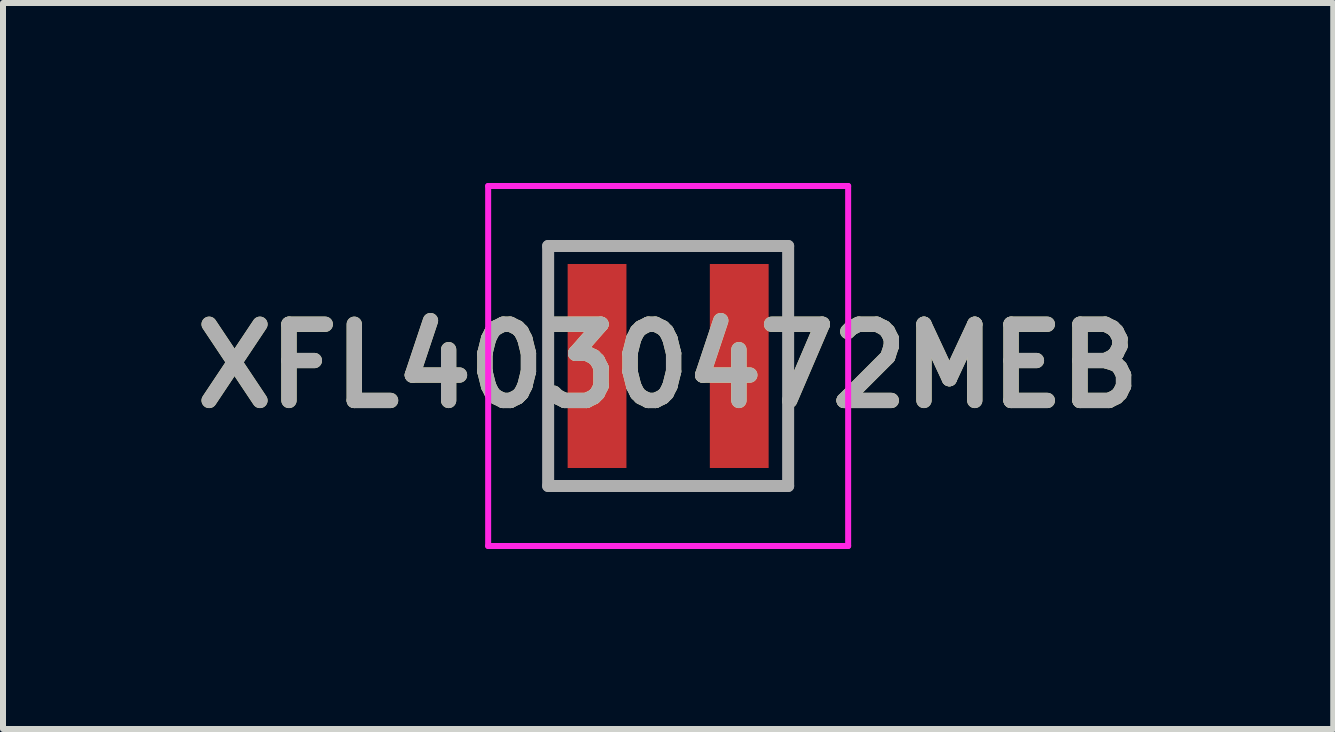
<source format=kicad_pcb>
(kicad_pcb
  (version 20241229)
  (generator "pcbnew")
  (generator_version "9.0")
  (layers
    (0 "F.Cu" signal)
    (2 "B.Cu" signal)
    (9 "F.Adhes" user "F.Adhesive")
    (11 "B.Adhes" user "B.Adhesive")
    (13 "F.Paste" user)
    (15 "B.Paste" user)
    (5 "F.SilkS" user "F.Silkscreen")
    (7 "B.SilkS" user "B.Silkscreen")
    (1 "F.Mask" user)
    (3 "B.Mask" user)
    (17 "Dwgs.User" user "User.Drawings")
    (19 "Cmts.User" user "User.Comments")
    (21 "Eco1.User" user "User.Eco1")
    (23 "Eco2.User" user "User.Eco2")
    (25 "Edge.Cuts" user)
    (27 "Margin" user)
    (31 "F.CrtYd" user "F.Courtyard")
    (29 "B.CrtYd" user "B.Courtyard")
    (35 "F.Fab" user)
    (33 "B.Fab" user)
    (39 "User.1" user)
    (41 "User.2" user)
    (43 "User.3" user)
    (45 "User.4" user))
  (footprint "XFL4030472MEB"
    (layer "F.Cu")
    (at 8.086 3.05)
    (property "Reference" "XFL4030472MEB" (at 0 0 0) (layer "F.SilkS") (effects (font (size 1.27 1.27) (thickness 0.254))))
    (attr smd)
    (fp_line (start -2 -2) (end 2 -2) (stroke (width 0.1) (type solid)) (layer "F.SilkS"))
    (fp_line (start -2 2) (end -2 -2) (stroke (width 0.1) (type solid)) (layer "F.SilkS"))
    (fp_line (start 2 -2) (end 2 2) (stroke (width 0.1) (type solid)) (layer "F.SilkS"))
    (fp_line (start 2 2) (end -2 2) (stroke (width 0.1) (type solid)) (layer "F.SilkS"))
    (fp_line (start -3 -3) (end 3 -3) (stroke (width 0.1) (type solid)) (layer "F.CrtYd"))
    (fp_line (start -3 3) (end -3 -3) (stroke (width 0.1) (type solid)) (layer "F.CrtYd"))
    (fp_line (start 3 -3) (end 3 3) (stroke (width 0.1) (type solid)) (layer "F.CrtYd"))
    (fp_line (start 3 3) (end -3 3) (stroke (width 0.1) (type solid)) (layer "F.CrtYd"))
    (fp_line (start -2 -2) (end 2 -2) (stroke (width 0.2) (type solid)) (layer "F.Fab"))
    (fp_line (start -2 2) (end -2 -2) (stroke (width 0.2) (type solid)) (layer "F.Fab"))
    (fp_line (start 2 -2) (end 2 2) (stroke (width 0.2) (type solid)) (layer "F.Fab"))
    (fp_line (start 2 2) (end -2 2) (stroke (width 0.2) (type solid)) (layer "F.Fab"))
    (fp_text user "${REFERENCE}" (at 0 0 0) (layer "F.Fab") (effects (font (size 1.27 1.27) (thickness 0.254))))
    (pad "1" smd rect (at -1.185 0) (size 0.98 3.4) (layers "F.Cu" "F.Mask" "F.Paste"))
    (pad "2" smd rect (at 1.185 0) (size 0.98 3.4) (layers "F.Cu" "F.Mask" "F.Paste")))
  (gr_rect
    (start -3 -3)
    (end 19.171 9.1)
    (stroke (width 0.1) (type default))
    (fill no)
    (layer "Edge.Cuts")))
</source>
